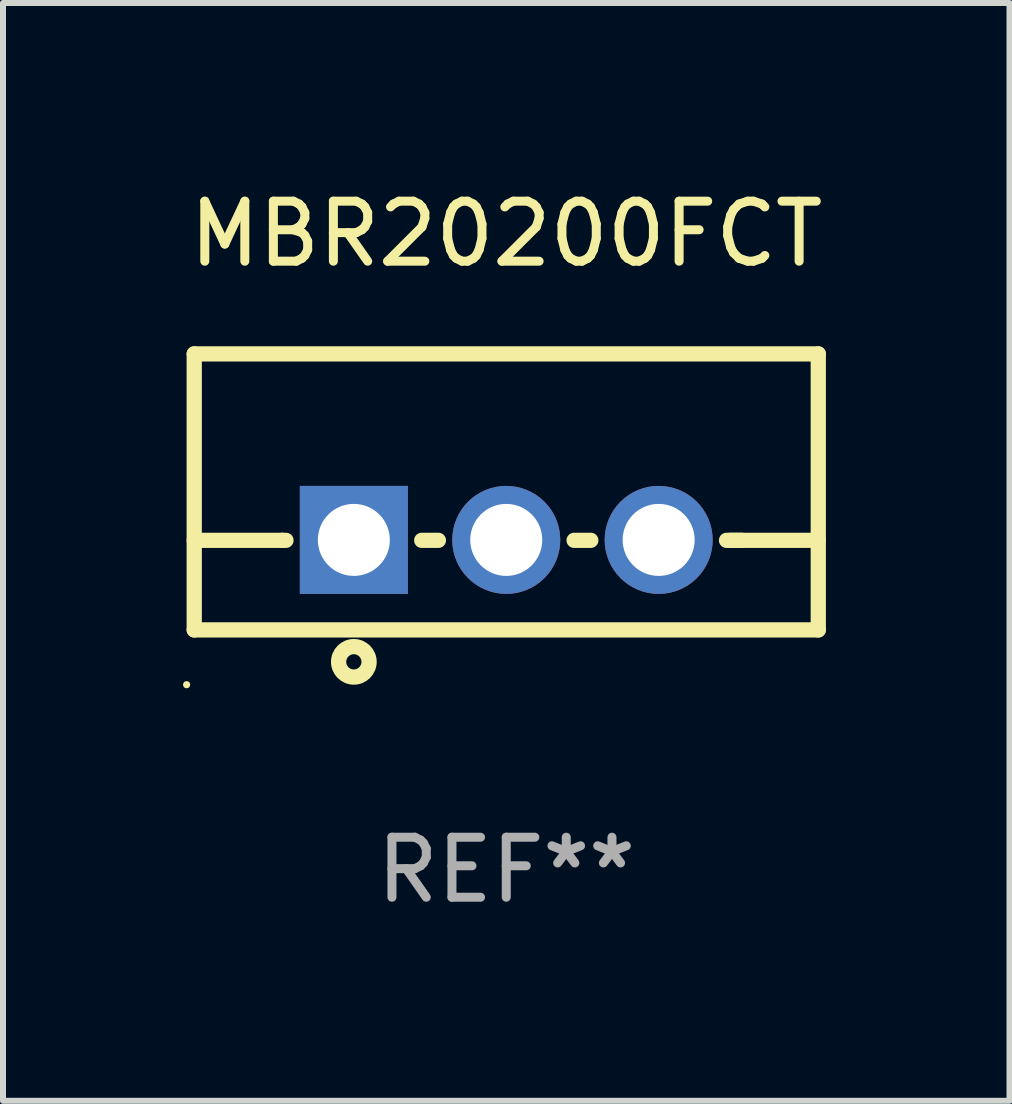
<source format=kicad_pcb>
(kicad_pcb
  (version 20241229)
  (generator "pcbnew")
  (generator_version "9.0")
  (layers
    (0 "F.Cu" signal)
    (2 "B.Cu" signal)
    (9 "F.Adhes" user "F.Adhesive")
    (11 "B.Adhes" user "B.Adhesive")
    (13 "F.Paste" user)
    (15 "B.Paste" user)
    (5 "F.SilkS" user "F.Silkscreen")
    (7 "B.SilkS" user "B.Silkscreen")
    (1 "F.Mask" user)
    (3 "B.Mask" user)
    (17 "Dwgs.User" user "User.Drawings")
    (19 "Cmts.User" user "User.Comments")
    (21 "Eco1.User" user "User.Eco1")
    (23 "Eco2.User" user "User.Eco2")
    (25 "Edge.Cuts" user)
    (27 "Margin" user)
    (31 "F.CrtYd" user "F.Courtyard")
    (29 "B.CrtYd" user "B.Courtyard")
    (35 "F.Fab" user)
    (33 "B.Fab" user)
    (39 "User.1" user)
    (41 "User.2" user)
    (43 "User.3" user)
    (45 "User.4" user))
  (footprint "MBR20200FCT"
    (layer "F.Cu")
    (at 5.387 5.148)
    (property "Reference" "MBR20200FCT" (at 0 -4.3 0) (layer "F.SilkS") (effects (font (size 1 1) (thickness 0.15))))
    (attr through_hole)
    (fp_line (start -5.2 -2.3) (end -5.2 2.3) (stroke (width 0.254) (type solid)) (layer "F.SilkS"))
    (fp_line (start -5.2 -2.3) (end 5.2 -2.3) (stroke (width 0.254) (type solid)) (layer "F.SilkS"))
    (fp_line (start -5.2 0.807) (end -3.731 0.807) (stroke (width 0.254) (type solid)) (layer "F.SilkS"))
    (fp_line (start -5.2 2.3) (end 5.2 2.3) (stroke (width 0.254) (type solid)) (layer "F.SilkS"))
    (fp_line (start -3.731 0.807) (end -3.671 0.807) (stroke (width 0.254) (type solid)) (layer "F.SilkS"))
    (fp_line (start -1.409 0.807) (end -1.131 0.807) (stroke (width 0.254) (type solid)) (layer "F.SilkS"))
    (fp_line (start 1.131 0.807) (end 1.409 0.807) (stroke (width 0.254) (type solid)) (layer "F.SilkS"))
    (fp_line (start 3.671 0.807) (end 3.926 0.807) (stroke (width 0.254) (type solid)) (layer "F.SilkS"))
    (fp_line (start 3.731 0.807) (end 5.2 0.807) (stroke (width 0.254) (type solid)) (layer "F.SilkS"))
    (fp_line (start 5.2 -2.3) (end 5.2 2.3) (stroke (width 0.254) (type solid)) (layer "F.SilkS"))
    (fp_circle (center -5.327 3.213) (end -5.297 3.213) (stroke (width 0.06) (type solid)) (fill no) (layer "F.SilkS"))
    (fp_circle (center -2.54 2.832) (end -2.286 2.832) (stroke (width 0.254) (type solid)) (fill no) (layer "F.SilkS"))
    (fp_text user "REF**" (at 0 6.3 0) (layer "F.Fab") (effects (font (size 1 1) (thickness 0.15))))
    (pad "1" thru_hole rect (at -2.54 0.8) (size 1.8 1.8) (drill 1.2) (layers "*.Cu" "*.Mask"))
    (pad "2" thru_hole circle (at 0 0.8) (size 1.8 1.8) (drill 1.2) (layers "*.Cu" "*.Mask"))
    (pad "3" thru_hole circle (at 2.54 0.8) (size 1.8 1.8) (drill 1.2) (layers "*.Cu" "*.Mask")))
  (gr_rect
    (start -3 -3)
    (end 13.774 15.296)
    (stroke (width 0.1) (type default))
    (fill no)
    (layer "Edge.Cuts")))
</source>
